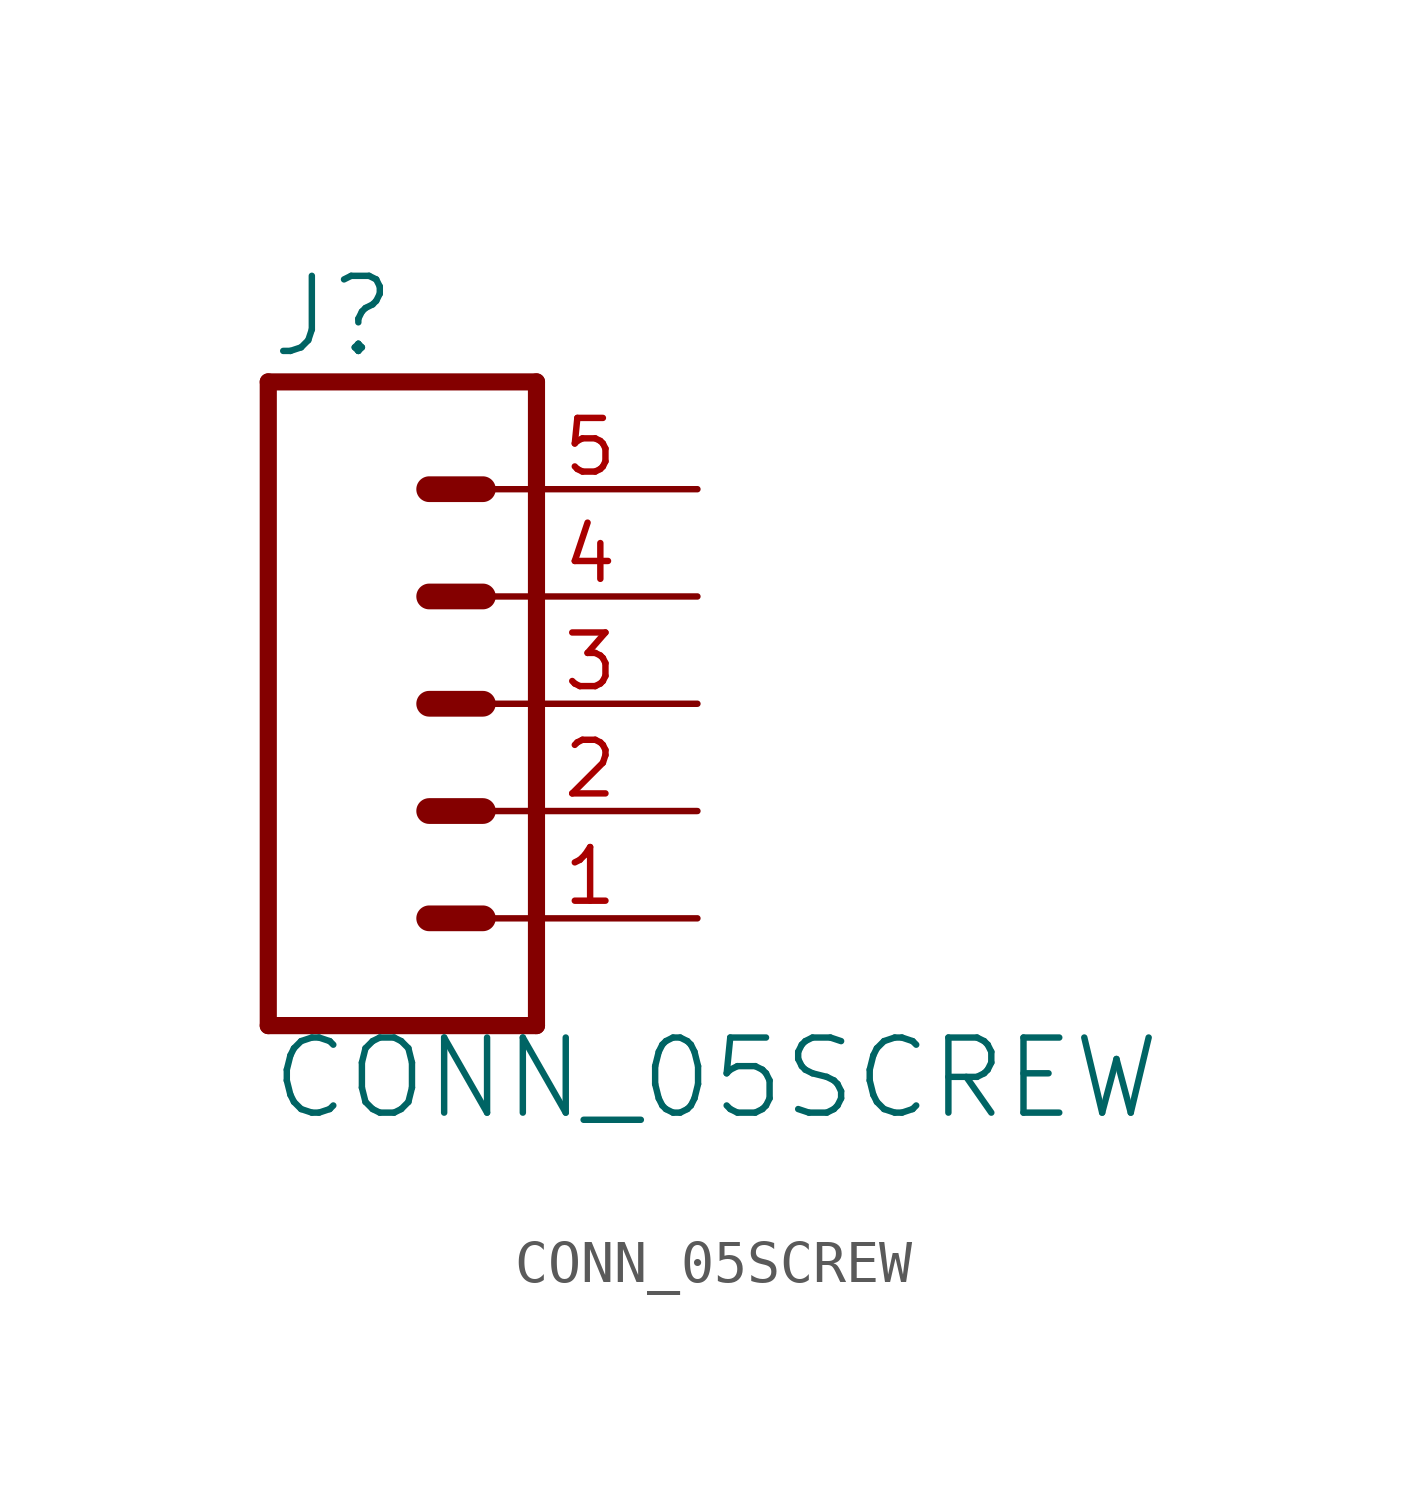
<source format=kicad_sym>
(kicad_symbol_lib
  (version 20220331)
  (generator kicad_symbol_editor)
  (symbol "CONN_05SCREW"
    (property "Reference" "J"
      (at -2.54 8.128 0)
      (effects (font (size 1.778 1.778)) (justify left bottom)))
    (property "Value" "CONN_05SCREW"
      (at -2.54 -9.906 0)
      (effects (font (size 1.778 1.778)) (justify left bottom)))
    (property "ki_locked" ""
      (at 0 0 0)
      (effects (font (size 1.27 1.27))))
    (symbol "CONN_05SCREW_1_0"
      (polyline (pts (xy -2.54 7.62) (xy -2.54 -7.62)) (stroke (width 0.406) (type solid)) (fill (type none)))
      (polyline (pts (xy -2.54 7.62) (xy 3.81 7.62)) (stroke (width 0.406) (type solid)) (fill (type none)))
      (polyline (pts (xy 1.27 -5.08) (xy 2.54 -5.08)) (stroke (width 0.61) (type solid)) (fill (type none)))
      (polyline (pts (xy 1.27 -2.54) (xy 2.54 -2.54)) (stroke (width 0.61) (type solid)) (fill (type none)))
      (polyline (pts (xy 1.27 0) (xy 2.54 0)) (stroke (width 0.61) (type solid)) (fill (type none)))
      (polyline (pts (xy 1.27 2.54) (xy 2.54 2.54)) (stroke (width 0.61) (type solid)) (fill (type none)))
      (polyline (pts (xy 1.27 5.08) (xy 2.54 5.08)) (stroke (width 0.61) (type solid)) (fill (type none)))
      (polyline (pts (xy 3.81 -7.62) (xy -2.54 -7.62)) (stroke (width 0.406) (type solid)) (fill (type none)))
      (polyline (pts (xy 3.81 -7.62) (xy 3.81 7.62)) (stroke (width 0.406) (type solid)) (fill (type none)))
      (pin passive line (at 7.62 -5.08 180) (length 5.08) (name "1" (effects (font (size 0 0)))) (number "1" (effects (font (size 1.27 1.27)))))
      (pin passive line (at 7.62 -2.54 180) (length 5.08) (name "2" (effects (font (size 0 0)))) (number "2" (effects (font (size 1.27 1.27)))))
      (pin passive line (at 7.62 0 180) (length 5.08) (name "3" (effects (font (size 0 0)))) (number "3" (effects (font (size 1.27 1.27)))))
      (pin passive line (at 7.62 2.54 180) (length 5.08) (name "4" (effects (font (size 0 0)))) (number "4" (effects (font (size 1.27 1.27)))))
      (pin passive line (at 7.62 5.08 180) (length 5.08) (name "5" (effects (font (size 0 0)))) (number "5" (effects (font (size 1.27 1.27))))))))
</source>
